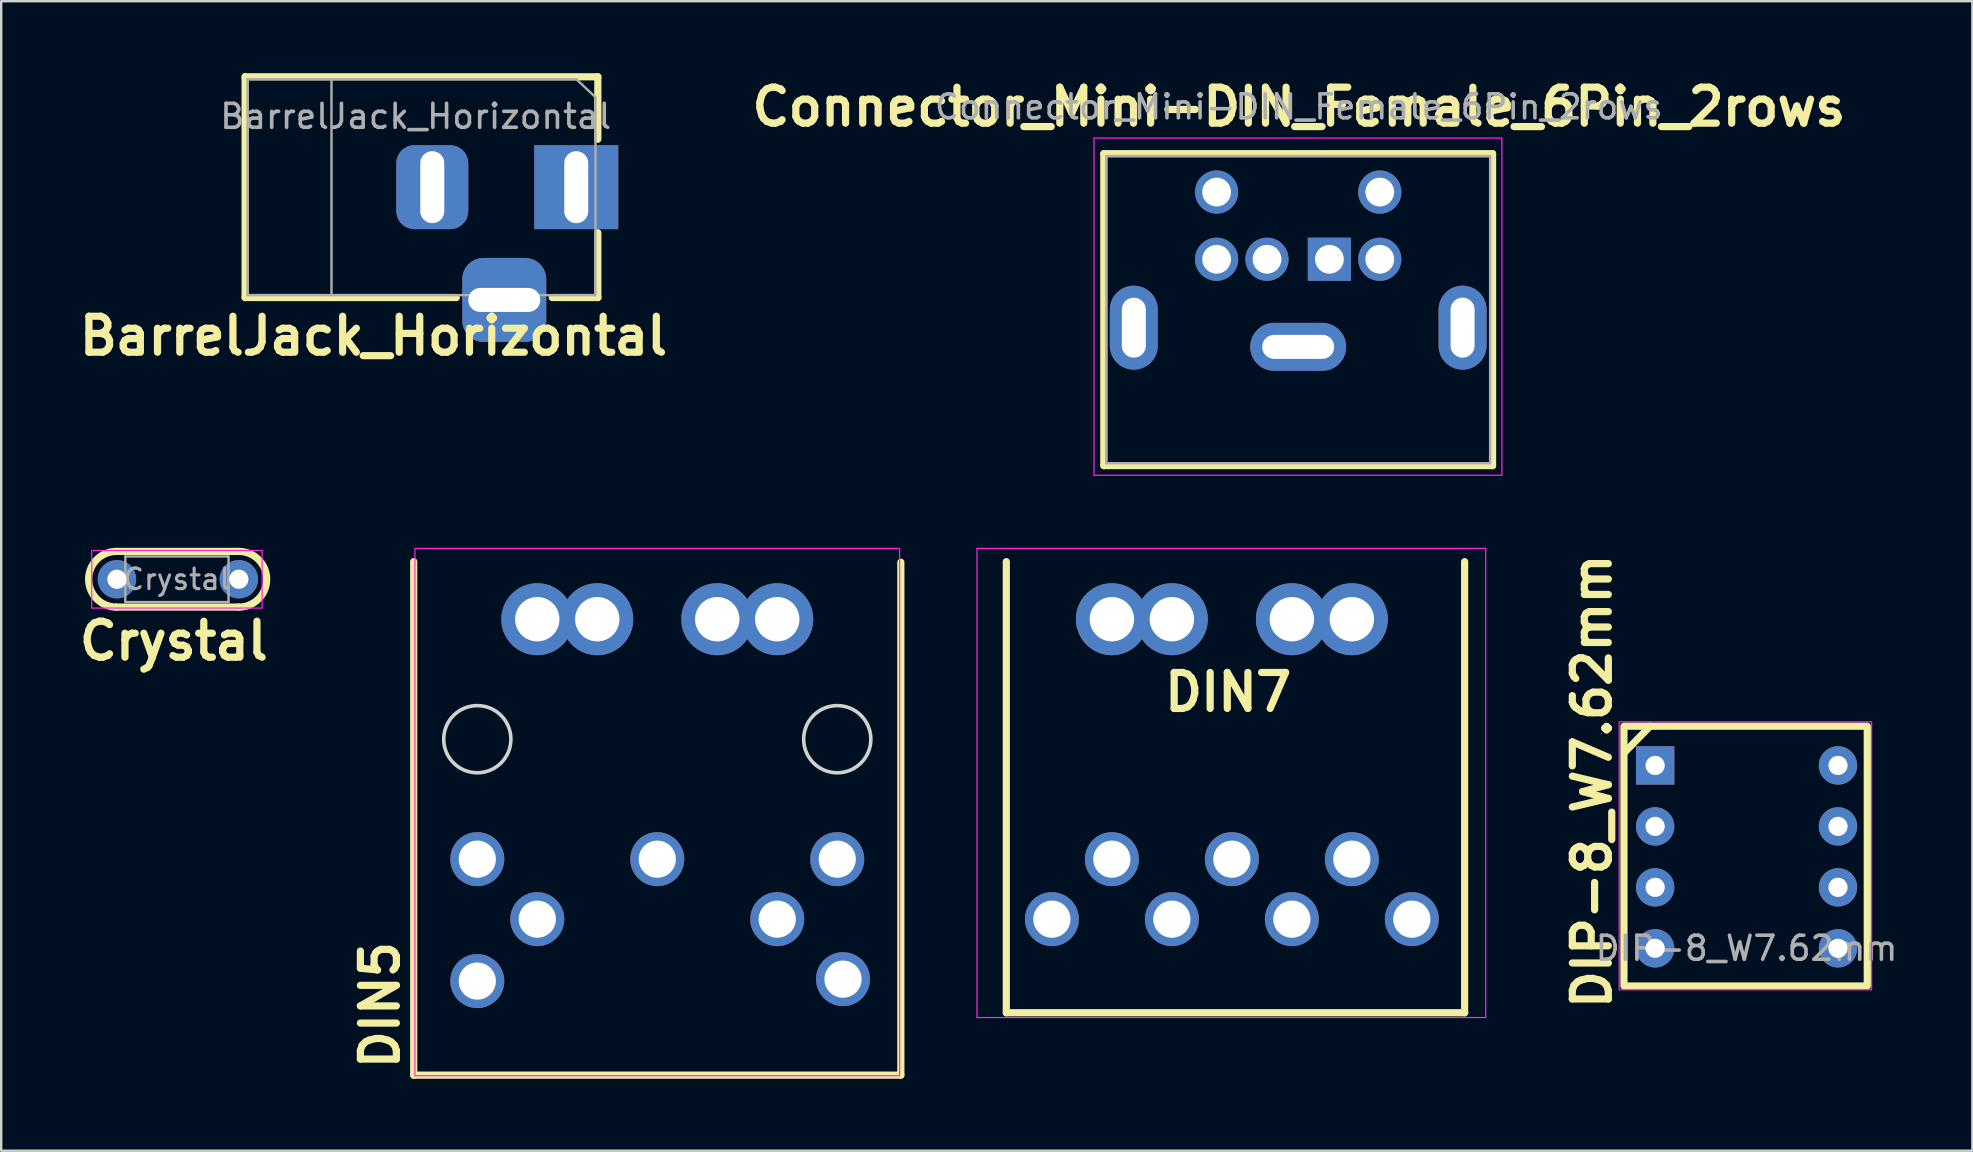
<source format=kicad_pcb>
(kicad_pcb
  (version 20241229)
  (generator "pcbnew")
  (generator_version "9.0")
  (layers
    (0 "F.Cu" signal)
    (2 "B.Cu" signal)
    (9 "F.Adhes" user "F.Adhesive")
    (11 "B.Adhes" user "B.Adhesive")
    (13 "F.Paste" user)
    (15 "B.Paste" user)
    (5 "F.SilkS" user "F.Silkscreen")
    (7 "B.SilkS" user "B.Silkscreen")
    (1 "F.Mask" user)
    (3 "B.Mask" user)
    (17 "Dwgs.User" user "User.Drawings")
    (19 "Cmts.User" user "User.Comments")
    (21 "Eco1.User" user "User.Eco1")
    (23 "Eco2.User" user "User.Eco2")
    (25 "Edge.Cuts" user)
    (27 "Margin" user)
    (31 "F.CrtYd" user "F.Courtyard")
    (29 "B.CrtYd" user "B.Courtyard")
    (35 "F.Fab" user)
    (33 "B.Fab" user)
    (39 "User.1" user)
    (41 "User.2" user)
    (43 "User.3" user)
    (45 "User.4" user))
  (footprint "Crystal"
    (layer "F.Cu")
    (at 1.823 21.089)
    (property "Reference" "Crystal" (at 2.37 2.57 180) (layer "F.SilkS") (effects (font (size 1.5 1.5) (thickness 0.3) (bold yes))))
    (attr through_hole)
    (fp_line (start -0.02 -1.16) (end 5.08 -1.16) (stroke (width 0.3) (type default)) (layer "F.SilkS"))
    (fp_line (start 5.08 1.16) (end -0.02 1.16) (stroke (width 0.3) (type default)) (layer "F.SilkS"))
    (fp_arc (start -0.02 1.16) (mid -1.18 0) (end -0.02 -1.16) (stroke (width 0.3) (type default)) (layer "F.SilkS"))
    (fp_arc (start 5.08 -1.16) (mid 6.24 0) (end 5.08 1.16) (stroke (width 0.3) (type default)) (layer "F.SilkS"))
    (fp_line (start -1.05 -1.2) (end -1.05 1.2) (stroke (width 0.05) (type solid)) (layer "F.CrtYd"))
    (fp_line (start -1.05 1.2) (end 6.05 1.2) (stroke (width 0.05) (type solid)) (layer "F.CrtYd"))
    (fp_line (start 6.05 -1.2) (end -1.05 -1.2) (stroke (width 0.05) (type solid)) (layer "F.CrtYd"))
    (fp_line (start 6.05 1.2) (end 6.05 -1.2) (stroke (width 0.05) (type solid)) (layer "F.CrtYd"))
    (fp_line (start 0.35 -0.95) (end 0.35 0.95) (stroke (width 0.1) (type solid)) (layer "F.Fab"))
    (fp_line (start 0.35 0.95) (end 4.65 0.95) (stroke (width 0.1) (type solid)) (layer "F.Fab"))
    (fp_line (start 4.65 -0.95) (end 0.35 -0.95) (stroke (width 0.1) (type solid)) (layer "F.Fab"))
    (fp_line (start 4.65 0.95) (end 4.65 -0.95) (stroke (width 0.1) (type solid)) (layer "F.Fab"))
    (fp_text user "${REFERENCE}" (at 2.5 0 180) (layer "F.Fab") (effects (font (size 0.86 0.86) (thickness 0.129))))
    (pad "1" thru_hole circle (at 0 0) (size 1.6 1.6) (drill 0.8) (layers "*.Cu" "*.Mask"))
    (pad "2" thru_hole circle (at 5.08 0) (size 1.6 1.6) (drill 0.8) (layers "*.Cu" "*.Mask")))
  (footprint "Connector_Mini-DIN_Female_6Pin_2rows"
    (layer "F.Cu")
    (at 52.349 7.754)
    (property "Reference" "Connector_Mini-DIN_Female_6Pin_2rows" (at -1.27 -6.35 0) (layer "F.SilkS") (effects (font (size 1.5 1.5) (thickness 0.3) (bold yes))))
    (attr through_hole)
    (fp_line (start -9.4 -4.4) (end -9.4 8.6) (stroke (width 0.3) (type solid)) (layer "F.SilkS"))
    (fp_line (start -9.4 -4.4) (end 6.8 -4.4) (stroke (width 0.3) (type solid)) (layer "F.SilkS"))
    (fp_line (start -9.4 8.6) (end 6.8 8.6) (stroke (width 0.3) (type solid)) (layer "F.SilkS"))
    (fp_line (start 6.8 -4.4) (end 6.8 8.6) (stroke (width 0.3) (type solid)) (layer "F.SilkS"))
    (fp_line (start -9.81 -5.05) (end -9.81 9) (stroke (width 0.05) (type solid)) (layer "F.CrtYd"))
    (fp_line (start -9.81 -5.05) (end 7.19 -5.05) (stroke (width 0.05) (type solid)) (layer "F.CrtYd"))
    (fp_line (start 7.19 9) (end -9.81 9) (stroke (width 0.05) (type solid)) (layer "F.CrtYd"))
    (fp_line (start 7.19 9) (end 7.19 -5.05) (stroke (width 0.05) (type solid)) (layer "F.CrtYd"))
    (fp_line (start -9.3 -4.3) (end 6.7 -4.3) (stroke (width 0.1) (type solid)) (layer "F.Fab"))
    (fp_line (start -9.3 8.5) (end -9.3 -4.3) (stroke (width 0.1) (type solid)) (layer "F.Fab"))
    (fp_line (start 6.7 -4.3) (end 6.7 8.5) (stroke (width 0.1) (type solid)) (layer "F.Fab"))
    (fp_line (start 6.7 8.5) (end -9.3 8.5) (stroke (width 0.1) (type solid)) (layer "F.Fab"))
    (fp_text user "${REFERENCE}" (at -1.27 -6.35 0) (layer "F.Fab") (effects (font (size 1 1) (thickness 0.15))))
    (pad "1" thru_hole rect (at 0 0) (size 1.8 1.8) (drill 1.2) (layers "*.Cu" "*.Mask"))
    (pad "2" thru_hole circle (at -2.6 0) (size 1.8 1.8) (drill 1.2) (layers "*.Cu" "*.Mask"))
    (pad "3" thru_hole circle (at 2.1 0) (size 1.8 1.8) (drill 1.2) (layers "*.Cu" "*.Mask"))
    (pad "4" thru_hole circle (at -4.7 0) (size 1.8 1.8) (drill 1.2) (layers "*.Cu" "*.Mask"))
    (pad "5" thru_hole circle (at 2.1 -2.8) (size 1.8 1.8) (drill 1.2) (layers "*.Cu" "*.Mask"))
    (pad "6" thru_hole circle (at -4.7 -2.8) (size 1.8 1.8) (drill 1.2) (layers "*.Cu" "*.Mask"))
    (pad "7" thru_hole oval (at -8.15 2.85) (size 2 3.5) (drill oval 1 2.5) (layers "*.Cu" "*.Mask"))
    (pad "7" thru_hole oval (at -1.3 3.65) (size 4 2) (drill oval 3 1) (layers "*.Cu" "*.Mask"))
    (pad "7" thru_hole oval (at 5.55 2.85) (size 2 3.5) (drill oval 1 2.5) (layers "*.Cu" "*.Mask")))
  (footprint "DIP-8_W7.62mm"
    (layer "F.Cu")
    (at 65.894 28.858)
    (property "Reference" "DIP-8_W7.62mm" (at -2.6 0.65 90) (layer "F.SilkS") (effects (font (size 1.5 1.5) (thickness 0.3) (bold yes))))
    (attr through_hole)
    (fp_line (start -1.25 -0.55) (end -0.175 -1.65) (stroke (width 0.3) (type default)) (layer "F.SilkS"))
    (fp_rect (start -1.27 -1.645) (end 8.87 9.18) (stroke (width 0.3) (type default)) (fill no) (layer "F.SilkS"))
    (fp_rect (start -1.47 -1.83) (end 9.05 9.34) (stroke (width 0.05) (type default)) (fill no) (layer "F.CrtYd"))
    (fp_text user "${REFERENCE}" (at 3.84 7.61 0) (layer "F.Fab") (effects (font (size 1 1) (thickness 0.15))))
    (pad "1" thru_hole rect (at 0.03 -0.01) (size 1.6 1.6) (drill 0.8) (layers "*.Cu" "*.Mask"))
    (pad "2" thru_hole oval (at 0.03 2.53) (size 1.6 1.6) (drill 0.8) (layers "*.Cu" "*.Mask"))
    (pad "3" thru_hole oval (at 0.03 5.07) (size 1.6 1.6) (drill 0.8) (layers "*.Cu" "*.Mask"))
    (pad "4" thru_hole oval (at 0.03 7.61) (size 1.6 1.6) (drill 0.8) (layers "*.Cu" "*.Mask"))
    (pad "5" thru_hole oval (at 7.65 7.61) (size 1.6 1.6) (drill 0.8) (layers "*.Cu" "*.Mask"))
    (pad "6" thru_hole oval (at 7.65 5.07) (size 1.6 1.6) (drill 0.8) (layers "*.Cu" "*.Mask"))
    (pad "7" thru_hole oval (at 7.65 2.53) (size 1.6 1.6) (drill 0.8) (layers "*.Cu" "*.Mask"))
    (pad "8" thru_hole oval (at 7.65 -0.01) (size 1.6 1.6) (drill 0.8) (layers "*.Cu" "*.Mask")))
  (footprint "DIN5"
    (layer "F.Cu")
    (at 16.84 32.754)
    (property "Reference" "DIN5" (at -4.05 3.275 270) (layer "F.SilkS") (effects (font (size 1.5 1.5) (thickness 0.3) (bold yes)) (justify right)))
    (attr through_hole)
    (fp_line (start -2.65 9) (end -2.65 -12.4) (stroke (width 0.3) (type solid)) (layer "F.SilkS"))
    (fp_line (start 17.65 -12.375) (end 17.65 9) (stroke (width 0.3) (type solid)) (layer "F.SilkS"))
    (fp_line (start 17.65 9) (end -2.65 9) (stroke (width 0.3) (type solid)) (layer "F.SilkS"))
    (fp_circle (center 0 -5) (end 1.4 -5) (stroke (width 0.15) (type solid)) (fill no) (layer "Edge.Cuts"))
    (fp_circle (center 15 -5) (end 16.4 -5) (stroke (width 0.15) (type solid)) (fill no) (layer "Edge.Cuts"))
    (fp_rect (start -2.6 -12.95) (end 17.6 9.025) (stroke (width 0.05) (type default)) (fill no) (layer "F.CrtYd"))
    (pad "" thru_hole circle (at 0 5.08 180) (size 2.25 2.25) (drill 1.55) (layers "*.Cu" "*.Mask"))
    (pad "" thru_hole circle (at 15.24 5 180) (size 2.25 2.25) (drill 1.55) (layers "*.Cu" "*.Mask"))
    (pad "1" thru_hole circle (at 0 0 180) (size 2.25 2.25) (drill 1.55) (layers "*.Cu" "*.Mask"))
    (pad "2" thru_hole circle (at 7.5 0 180) (size 2.25 2.25) (drill 1.55) (layers "*.Cu" "*.Mask"))
    (pad "3" thru_hole circle (at 15 0 180) (size 2.25 2.25) (drill 1.55) (layers "*.Cu" "*.Mask"))
    (pad "4" thru_hole circle (at 2.5 2.5 180) (size 2.25 2.25) (drill 1.55) (layers "*.Cu" "*.Mask"))
    (pad "5" thru_hole circle (at 12.5 2.5 180) (size 2.25 2.25) (drill 1.55) (layers "*.Cu" "*.Mask"))
    (pad "S" thru_hole circle (at 2.5 -10 180) (size 3 3) (drill 1.85) (layers "*.Cu" "*.Mask"))
    (pad "S" thru_hole circle (at 5 -10 180) (size 3 3) (drill 1.85) (layers "*.Cu" "*.Mask"))
    (pad "S" thru_hole circle (at 10 -10 180) (size 3 3) (drill 1.85) (layers "*.Cu" "*.Mask"))
    (pad "S" thru_hole circle (at 12.5 -10 180) (size 3 3) (drill 1.85) (layers "*.Cu" "*.Mask")))
  (footprint "BarrelJack_Horizontal"
    (layer "F.Cu")
    (at 20.964 4.75)
    (property "Reference" "BarrelJack_Horizontal" (at -8.45 6.2 0) (layer "F.SilkS") (effects (font (size 1.5 1.5) (thickness 0.3) (bold yes))))
    (attr through_hole)
    (fp_line (start -13.8 -4.6) (end 0.9 -4.6) (stroke (width 0.3) (type solid)) (layer "F.SilkS"))
    (fp_line (start -13.8 4.6) (end -13.8 -4.6) (stroke (width 0.3) (type solid)) (layer "F.SilkS"))
    (fp_line (start -5 4.6) (end -13.8 4.6) (stroke (width 0.3) (type solid)) (layer "F.SilkS"))
    (fp_line (start 0.9 -4.6) (end 0.9 -2) (stroke (width 0.3) (type solid)) (layer "F.SilkS"))
    (fp_line (start 0.9 1.9) (end 0.9 4.6) (stroke (width 0.3) (type solid)) (layer "F.SilkS"))
    (fp_line (start 0.9 4.6) (end -1 4.6) (stroke (width 0.3) (type solid)) (layer "F.SilkS"))
    (fp_line (start -13.7 -4.5) (end -13.7 4.5) (stroke (width 0.1) (type solid)) (layer "F.Fab"))
    (fp_line (start -13.7 4.5) (end 0.8 4.5) (stroke (width 0.1) (type solid)) (layer "F.Fab"))
    (fp_line (start -10.2 -4.5) (end -10.2 4.5) (stroke (width 0.1) (type solid)) (layer "F.Fab"))
    (fp_line (start -0.003 -4.505) (end 0.8 -3.75) (stroke (width 0.1) (type solid)) (layer "F.Fab"))
    (fp_line (start 0 -4.5) (end -13.7 -4.5) (stroke (width 0.1) (type solid)) (layer "F.Fab"))
    (fp_line (start 0.8 4.5) (end 0.8 -3.75) (stroke (width 0.1) (type solid)) (layer "F.Fab"))
    (fp_text user "${REFERENCE}" (at -6.69 -2.95 0) (layer "F.Fab") (effects (font (size 1 1) (thickness 0.15))))
    (pad "1" thru_hole rect (at 0 0) (size 3.5 3.5) (drill oval 1 3) (layers "*.Cu" "*.Mask"))
    (pad "2" thru_hole roundrect (at -6 0) (size 3 3.5) (drill oval 1 3) (layers "*.Cu" "*.Mask") (roundrect_rratio 0.25))
    (pad "3" thru_hole roundrect (at -3 4.7) (size 3.5 3.5) (drill oval 3 1) (layers "*.Cu" "*.Mask") (roundrect_rratio 0.25)))
  (footprint "DIN7"
    (layer "F.Cu")
    (at 40.785 32.754)
    (property "Reference" "DIN7" (at 10.15 -6.96 180) (layer "F.SilkS") (effects (font (size 1.5 1.5) (thickness 0.3) (bold yes)) (justify right)))
    (attr through_hole)
    (fp_line (start -1.9 6.4) (end -1.9 -12.4) (stroke (width 0.3) (type solid)) (layer "F.SilkS"))
    (fp_line (start 17.2 -12.4) (end 17.2 6.4) (stroke (width 0.3) (type solid)) (layer "F.SilkS"))
    (fp_line (start 17.2 6.4) (end -1.9 6.4) (stroke (width 0.3) (type solid)) (layer "F.SilkS"))
    (fp_line (start -3.12 -12.95) (end -3.12 6.6) (stroke (width 0.05) (type solid)) (layer "F.CrtYd"))
    (fp_line (start -3.12 6.6) (end 18.08 6.6) (stroke (width 0.05) (type solid)) (layer "F.CrtYd"))
    (fp_line (start 18.08 -12.95) (end -3.12 -12.95) (stroke (width 0.05) (type solid)) (layer "F.CrtYd"))
    (fp_line (start 18.08 6.6) (end 18.08 -12.95) (stroke (width 0.05) (type solid)) (layer "F.CrtYd"))
    (pad "1" thru_hole circle (at 2.5 0 180) (size 2.25 2.25) (drill 1.55) (layers "*.Cu" "*.Mask"))
    (pad "2" thru_hole circle (at 7.5 0 180) (size 2.25 2.25) (drill 1.55) (layers "*.Cu" "*.Mask"))
    (pad "3" thru_hole circle (at 12.5 0 180) (size 2.25 2.25) (drill 1.55) (layers "*.Cu" "*.Mask"))
    (pad "4" thru_hole circle (at 5 2.5 180) (size 2.25 2.25) (drill 1.55) (layers "*.Cu" "*.Mask"))
    (pad "5" thru_hole circle (at 10 2.5 180) (size 2.25 2.25) (drill 1.55) (layers "*.Cu" "*.Mask"))
    (pad "6" thru_hole circle (at 0 2.5 180) (size 2.25 2.25) (drill 1.55) (layers "*.Cu" "*.Mask"))
    (pad "7" thru_hole circle (at 15 2.5 180) (size 2.25 2.25) (drill 1.55) (layers "*.Cu" "*.Mask"))
    (pad "S" thru_hole circle (at 2.5 -10 180) (size 3 3) (drill 1.85) (layers "*.Cu" "*.Mask"))
    (pad "S" thru_hole circle (at 5 -10 180) (size 3 3) (drill 1.85) (layers "*.Cu" "*.Mask"))
    (pad "S" thru_hole circle (at 10 -10 180) (size 3 3) (drill 1.85) (layers "*.Cu" "*.Mask"))
    (pad "S" thru_hole circle (at 12.5 -10 180) (size 3 3) (drill 1.85) (layers "*.Cu" "*.Mask")))
  (gr_rect
    (start -3 -3)
    (end 79.144 44.904)
    (stroke (width 0.1) (type default))
    (fill no)
    (layer "Edge.Cuts")))
</source>
